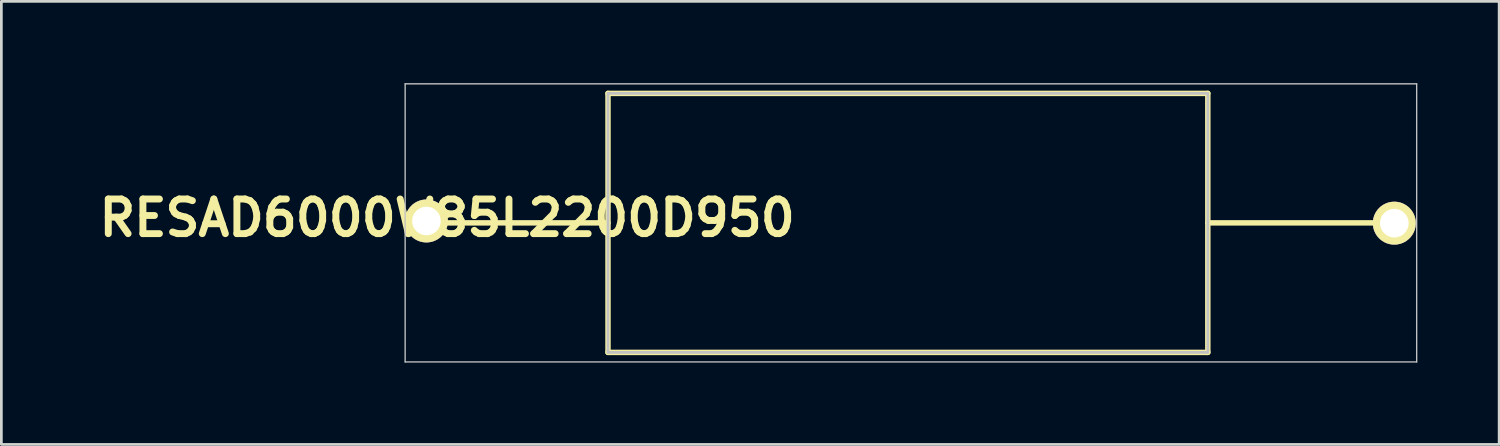
<source format=kicad_pcb>
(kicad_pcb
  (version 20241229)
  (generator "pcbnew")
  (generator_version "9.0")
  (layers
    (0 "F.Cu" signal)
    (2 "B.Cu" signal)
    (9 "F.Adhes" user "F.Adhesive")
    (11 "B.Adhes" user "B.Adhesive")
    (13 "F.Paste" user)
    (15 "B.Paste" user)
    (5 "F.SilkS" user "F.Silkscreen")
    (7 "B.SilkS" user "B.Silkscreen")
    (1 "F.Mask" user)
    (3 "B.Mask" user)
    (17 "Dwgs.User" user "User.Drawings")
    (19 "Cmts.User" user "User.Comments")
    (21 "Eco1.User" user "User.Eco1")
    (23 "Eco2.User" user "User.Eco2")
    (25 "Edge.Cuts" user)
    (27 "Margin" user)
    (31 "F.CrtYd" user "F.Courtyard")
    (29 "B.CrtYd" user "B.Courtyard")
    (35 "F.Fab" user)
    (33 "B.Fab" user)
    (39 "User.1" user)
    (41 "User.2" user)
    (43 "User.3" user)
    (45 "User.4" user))
  (footprint "RESAD6000W85L2200D950"
    (layer "F.Cu")
    (at 0.25 5.125)
    (property "Reference" "RESAD6000W85L2200D950" (at 13.1 -0.18 0) (layer "F.SilkS") (effects (font (size 1.27 1.27) (thickness 0.254))))
    (attr through_hole)
    (fp_line (start 13.09 0) (end 19 0) (stroke (width 0.2) (type solid)) (layer "F.SilkS"))
    (fp_line (start 19 -4.75) (end 41 -4.75) (stroke (width 0.2) (type solid)) (layer "F.SilkS"))
    (fp_line (start 19 4.75) (end 19 -4.75) (stroke (width 0.2) (type solid)) (layer "F.SilkS"))
    (fp_line (start 41 -4.75) (end 41 4.75) (stroke (width 0.2) (type solid)) (layer "F.SilkS"))
    (fp_line (start 41 0) (end 47.81 0) (stroke (width 0.2) (type solid)) (layer "F.SilkS"))
    (fp_line (start 41 4.75) (end 19 4.75) (stroke (width 0.2) (type solid)) (layer "F.SilkS"))
    (fp_line (start 11.56 -5.1) (end 48.66 -5.1) (stroke (width 0.05) (type solid)) (layer "Dwgs.User"))
    (fp_line (start 11.56 5.1) (end 11.56 -5.1) (stroke (width 0.05) (type solid)) (layer "Dwgs.User"))
    (fp_line (start 19 -4.75) (end 41 -4.75) (stroke (width 0.1) (type solid)) (layer "Dwgs.User"))
    (fp_line (start 19 4.75) (end 19 -4.75) (stroke (width 0.1) (type solid)) (layer "Dwgs.User"))
    (fp_line (start 41 -4.75) (end 41 4.75) (stroke (width 0.1) (type solid)) (layer "Dwgs.User"))
    (fp_line (start 41 4.75) (end 19 4.75) (stroke (width 0.1) (type solid)) (layer "Dwgs.User"))
    (fp_line (start 48.66 -5.1) (end 48.66 5.1) (stroke (width 0.05) (type solid)) (layer "Dwgs.User"))
    (fp_line (start 48.66 5.1) (end 11.56 5.1) (stroke (width 0.05) (type solid)) (layer "Dwgs.User"))
    (pad "1" thru_hole circle (at 12.34 -0.07 90) (size 1.575 1.575) (drill 1.05) (layers "*.Cu" "*.Mask" "F.SilkS"))
    (pad "2" thru_hole circle (at 47.84 0.01 90) (size 1.575 1.575) (drill 1.05) (layers "*.Cu" "*.Mask" "F.SilkS")))
  (gr_rect
    (start -3 -3)
    (end 51.935 13.25)
    (stroke (width 0.1) (type default))
    (fill no)
    (layer "Edge.Cuts")))
</source>
